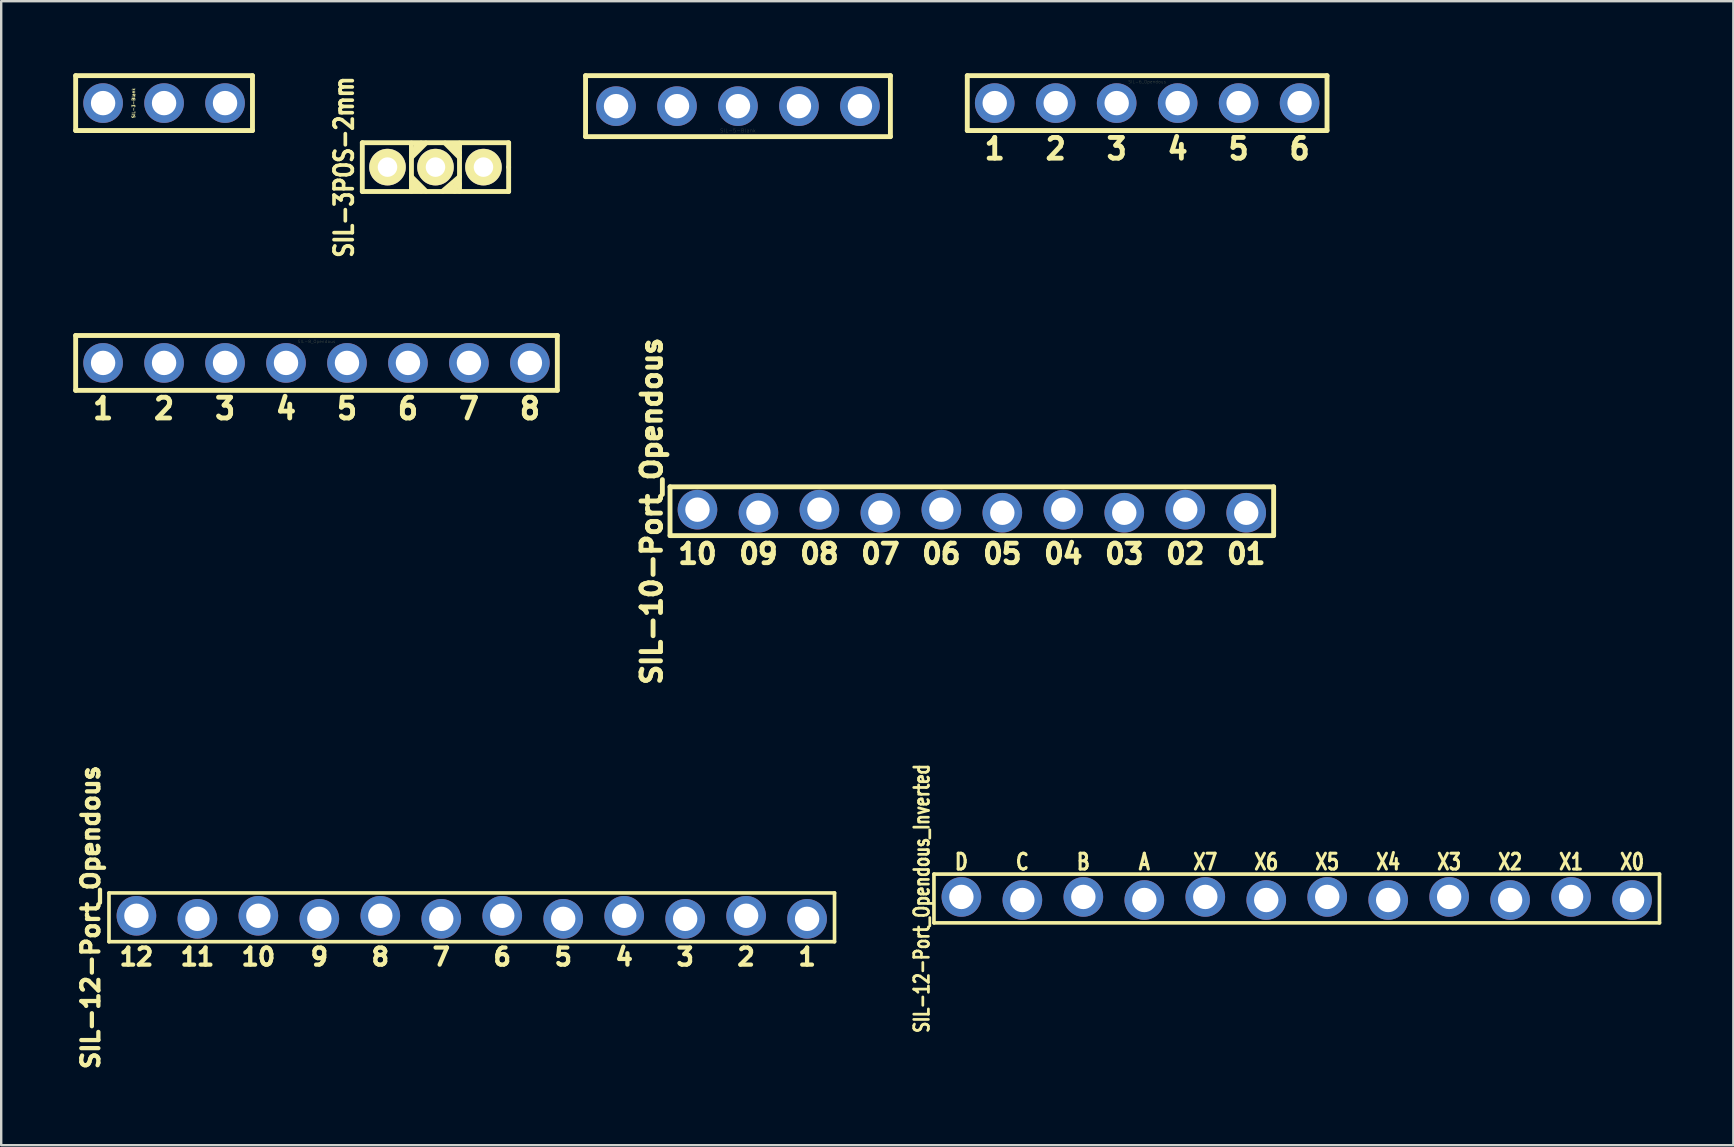
<source format=kicad_pcb>
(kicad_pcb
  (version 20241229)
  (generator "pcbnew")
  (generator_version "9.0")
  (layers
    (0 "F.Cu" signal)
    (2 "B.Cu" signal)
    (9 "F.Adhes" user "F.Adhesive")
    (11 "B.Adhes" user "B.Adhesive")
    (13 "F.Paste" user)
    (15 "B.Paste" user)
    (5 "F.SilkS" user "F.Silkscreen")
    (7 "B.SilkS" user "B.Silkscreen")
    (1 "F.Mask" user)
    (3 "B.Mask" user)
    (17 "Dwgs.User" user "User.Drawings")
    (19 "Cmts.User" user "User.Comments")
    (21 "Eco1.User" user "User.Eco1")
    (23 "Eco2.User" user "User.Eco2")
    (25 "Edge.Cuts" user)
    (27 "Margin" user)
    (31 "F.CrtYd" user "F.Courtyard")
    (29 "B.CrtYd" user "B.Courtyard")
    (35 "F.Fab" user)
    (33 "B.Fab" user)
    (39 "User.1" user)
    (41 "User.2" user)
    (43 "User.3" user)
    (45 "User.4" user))
  (footprint "SIL-6_Opendous"
    (layer "F.Cu")
    (at 44.74 1.245)
    (property "Reference" "SIL-6_Opendous" (at 0 -0.889 0) (layer "F.SilkS") (effects (font (size 0.127 0.127) (thickness 0.003))))
    (attr through_hole)
    (fp_line (start -7.493 -1.143) (end -7.493 1.143) (stroke (width 0.203) (type solid)) (layer "F.SilkS"))
    (fp_line (start -7.493 1.143) (end 7.493 1.143) (stroke (width 0.203) (type solid)) (layer "F.SilkS"))
    (fp_line (start 7.493 -1.143) (end -7.493 -1.143) (stroke (width 0.203) (type solid)) (layer "F.SilkS"))
    (fp_line (start 7.493 -1.143) (end 7.493 1.143) (stroke (width 0.203) (type solid)) (layer "F.SilkS"))
    (fp_text user "6" (at 6.35 1.905 0) (layer "F.SilkS") (effects (font (size 0.864 0.813) (thickness 0.203))))
    (fp_text user "1" (at -6.35 1.905 0) (layer "F.SilkS") (effects (font (size 0.864 0.813) (thickness 0.203))))
    (fp_text user "2" (at -3.81 1.905 0) (layer "F.SilkS") (effects (font (size 0.864 0.813) (thickness 0.203))))
    (fp_text user "3" (at -1.27 1.905 0) (layer "F.SilkS") (effects (font (size 0.864 0.813) (thickness 0.203))))
    (fp_text user "4" (at 1.27 1.905 0) (layer "F.SilkS") (effects (font (size 0.864 0.813) (thickness 0.203))))
    (fp_text user "5" (at 3.81 1.905 0) (layer "F.SilkS") (effects (font (size 0.864 0.813) (thickness 0.203))))
    (pad "1" thru_hole circle (at -6.35 0) (size 1.651 1.651) (drill 1.016) (layers "*.Cu" "*.Mask"))
    (pad "2" thru_hole circle (at -3.81 0) (size 1.651 1.651) (drill 1.016) (layers "*.Cu" "*.Mask"))
    (pad "3" thru_hole circle (at -1.27 0) (size 1.651 1.651) (drill 1.016) (layers "*.Cu" "*.Mask"))
    (pad "4" thru_hole circle (at 1.27 0) (size 1.651 1.651) (drill 1.016) (layers "*.Cu" "*.Mask"))
    (pad "5" thru_hole circle (at 3.81 0) (size 1.651 1.651) (drill 1.016) (layers "*.Cu" "*.Mask"))
    (pad "6" thru_hole circle (at 6.35 0) (size 1.651 1.651) (drill 1.016) (layers "*.Cu" "*.Mask")))
  (footprint "SIL-3-Blank"
    (layer "F.Cu")
    (at 3.785 1.245)
    (property "Reference" "SIL-3-Blank" (at -1.27 0 90) (layer "F.SilkS") (effects (font (size 0.127 0.127) (thickness 0.025))))
    (attr through_hole)
    (fp_line (start -3.683 1.143) (end -3.683 -1.143) (stroke (width 0.203) (type solid)) (layer "F.SilkS"))
    (fp_line (start -3.683 1.143) (end 3.683 1.143) (stroke (width 0.203) (type solid)) (layer "F.SilkS"))
    (fp_line (start 3.683 -1.143) (end -3.683 -1.143) (stroke (width 0.203) (type solid)) (layer "F.SilkS"))
    (fp_line (start 3.683 1.143) (end 3.683 -1.143) (stroke (width 0.203) (type solid)) (layer "F.SilkS"))
    (pad "1" thru_hole circle (at -2.54 0) (size 1.651 1.651) (drill 1.016) (layers "*.Cu" "*.Mask"))
    (pad "2" thru_hole circle (at 0 0) (size 1.651 1.651) (drill 1.016) (layers "*.Cu" "*.Mask"))
    (pad "3" thru_hole circle (at 2.54 0) (size 1.651 1.651) (drill 1.016) (layers "*.Cu" "*.Mask")))
  (footprint "SIL-3POS-2mm"
    (layer "F.Cu")
    (at 15.092 3.912)
    (property "Reference" "SIL-3POS-2mm" (at -3.81 0 90) (layer "F.SilkS") (effects (font (size 0.762 0.61) (thickness 0.203))))
    (attr through_hole)
    (fp_line (start -3.048 -1.016) (end -3.048 1.016) (stroke (width 0.203) (type solid)) (layer "F.SilkS"))
    (fp_line (start -3.048 1.016) (end 3.048 1.016) (stroke (width 0.203) (type solid)) (layer "F.SilkS"))
    (fp_line (start -1.001 -1.001) (end -1.001 1.001) (stroke (width 0.203) (type solid)) (layer "F.SilkS"))
    (fp_line (start -1.001 0.399) (end -0.399 1.001) (stroke (width 0.203) (type solid)) (layer "F.SilkS"))
    (fp_line (start -0.899 -0.599) (end -0.8 -0.899) (stroke (width 0.203) (type solid)) (layer "F.SilkS"))
    (fp_line (start -0.899 0.701) (end -0.899 0.899) (stroke (width 0.203) (type solid)) (layer "F.SilkS"))
    (fp_line (start -0.599 -1.001) (end -0.701 -0.8) (stroke (width 0.203) (type solid)) (layer "F.SilkS"))
    (fp_line (start -0.599 1.001) (end -0.899 0.701) (stroke (width 0.203) (type solid)) (layer "F.SilkS"))
    (fp_line (start -0.399 -1.001) (end -1.001 -0.399) (stroke (width 0.203) (type solid)) (layer "F.SilkS"))
    (fp_line (start 0.3 1.001) (end 1.001 0.399) (stroke (width 0.203) (type solid)) (layer "F.SilkS"))
    (fp_line (start 0.399 -1.001) (end 1.001 -0.399) (stroke (width 0.203) (type solid)) (layer "F.SilkS"))
    (fp_line (start 0.8 1.001) (end 0.899 0.599) (stroke (width 0.203) (type solid)) (layer "F.SilkS"))
    (fp_line (start 1.001 -1.001) (end 1.001 1.001) (stroke (width 0.203) (type solid)) (layer "F.SilkS"))
    (fp_line (start 1.001 -0.899) (end 0.8 -0.899) (stroke (width 0.203) (type solid)) (layer "F.SilkS"))
    (fp_line (start 1.001 -0.599) (end 0.701 -0.899) (stroke (width 0.203) (type solid)) (layer "F.SilkS"))
    (fp_line (start 1.001 0.701) (end 0.599 0.899) (stroke (width 0.203) (type solid)) (layer "F.SilkS"))
    (fp_line (start 3.048 -1.016) (end -3.048 -1.016) (stroke (width 0.203) (type solid)) (layer "F.SilkS"))
    (fp_line (start 3.048 0) (end 3.048 -1.016) (stroke (width 0.203) (type solid)) (layer "F.SilkS"))
    (fp_line (start 3.048 1.016) (end 3.048 0) (stroke (width 0.203) (type solid)) (layer "F.SilkS"))
    (pad "1" thru_hole circle (at -1.999 0) (size 1.524 1.524) (drill 0.813) (layers "*.Cu" "*.Mask" "F.SilkS"))
    (pad "2" thru_hole circle (at 0 0) (size 1.524 1.524) (drill 0.813) (layers "*.Cu" "*.Mask" "F.SilkS"))
    (pad "3" thru_hole circle (at 1.999 0) (size 1.524 1.524) (drill 0.813) (layers "*.Cu" "*.Mask" "F.SilkS")))
  (footprint "SIL-12-Port_Opendous_Inverted"
    (layer "F.Cu")
    (at 50.971 34.38)
    (property "Reference" "SIL-12-Port_Opendous_Inverted" (at -15.621 0 90) (layer "F.SilkS") (effects (font (size 0.61 0.457) (thickness 0.178))))
    (attr through_hole)
    (fp_line (start -15.113 -1.016) (end -15.113 1.016) (stroke (width 0.152) (type solid)) (layer "F.SilkS"))
    (fp_line (start -15.113 1.016) (end 15.113 1.016) (stroke (width 0.152) (type solid)) (layer "F.SilkS"))
    (fp_line (start 15.113 -1.016) (end -15.113 -1.016) (stroke (width 0.152) (type solid)) (layer "F.SilkS"))
    (fp_line (start 15.113 1.016) (end 15.113 -1.016) (stroke (width 0.152) (type solid)) (layer "F.SilkS"))
    (fp_text user "X5" (at 1.27 -1.524 0) (layer "F.SilkS") (effects (font (size 0.66 0.508) (thickness 0.178))))
    (fp_text user "D" (at -13.97 -1.524 0) (layer "F.SilkS") (effects (font (size 0.66 0.508) (thickness 0.178))))
    (fp_text user "X2" (at 8.89 -1.524 0) (layer "F.SilkS") (effects (font (size 0.66 0.508) (thickness 0.178))))
    (fp_text user "A" (at -6.35 -1.524 0) (layer "F.SilkS") (effects (font (size 0.66 0.508) (thickness 0.178))))
    (fp_text user "X1" (at 11.43 -1.524 0) (layer "F.SilkS") (effects (font (size 0.66 0.508) (thickness 0.178))))
    (fp_text user "X6" (at -1.27 -1.524 0) (layer "F.SilkS") (effects (font (size 0.66 0.508) (thickness 0.178))))
    (fp_text user "C" (at -11.43 -1.524 0) (layer "F.SilkS") (effects (font (size 0.66 0.508) (thickness 0.178))))
    (fp_text user "X4" (at 3.81 -1.524 0) (layer "F.SilkS") (effects (font (size 0.66 0.508) (thickness 0.178))))
    (fp_text user "X0" (at 13.97 -1.524 0) (layer "F.SilkS") (effects (font (size 0.66 0.508) (thickness 0.178))))
    (fp_text user "B" (at -8.89 -1.524 0) (layer "F.SilkS") (effects (font (size 0.66 0.508) (thickness 0.178))))
    (fp_text user "X3" (at 6.35 -1.524 0) (layer "F.SilkS") (effects (font (size 0.66 0.508) (thickness 0.178))))
    (fp_text user "X7" (at -3.81 -1.524 0) (layer "F.SilkS") (effects (font (size 0.66 0.508) (thickness 0.178))))
    (pad "1" thru_hole circle (at 13.97 0.064) (size 1.651 1.651) (drill 1.016) (layers "*.Cu" "*.Mask"))
    (pad "2" thru_hole circle (at 11.43 -0.064) (size 1.651 1.651) (drill 1.016) (layers "*.Cu" "*.Mask"))
    (pad "3" thru_hole circle (at 8.89 0.064) (size 1.651 1.651) (drill 1.016) (layers "*.Cu" "*.Mask"))
    (pad "4" thru_hole circle (at 6.35 -0.064) (size 1.651 1.651) (drill 1.016) (layers "*.Cu" "*.Mask"))
    (pad "5" thru_hole circle (at 3.81 0.064) (size 1.651 1.651) (drill 1.016) (layers "*.Cu" "*.Mask"))
    (pad "6" thru_hole circle (at 1.27 -0.064) (size 1.651 1.651) (drill 1.016) (layers "*.Cu" "*.Mask"))
    (pad "7" thru_hole circle (at -1.27 0.064) (size 1.651 1.651) (drill 1.016) (layers "*.Cu" "*.Mask"))
    (pad "8" thru_hole circle (at -3.81 -0.064) (size 1.651 1.651) (drill 1.016) (layers "*.Cu" "*.Mask"))
    (pad "9" thru_hole circle (at -6.35 0.064) (size 1.651 1.651) (drill 1.016) (layers "*.Cu" "*.Mask"))
    (pad "10" thru_hole circle (at -8.89 -0.064) (size 1.651 1.651) (drill 1.016) (layers "*.Cu" "*.Mask"))
    (pad "11" thru_hole circle (at -11.43 0.064) (size 1.651 1.651) (drill 1.016) (layers "*.Cu" "*.Mask"))
    (pad "12" thru_hole circle (at -13.97 -0.064) (size 1.651 1.651) (drill 1.016) (layers "*.Cu" "*.Mask")))
  (footprint "SIL-12-Port_Opendous"
    (layer "F.Cu")
    (at 16.603 35.165)
    (property "Reference" "SIL-12-Port_Opendous" (at -15.875 0 90) (layer "F.SilkS") (effects (font (size 0.711 0.711) (thickness 0.178))))
    (attr through_hole)
    (fp_line (start -15.113 -1.016) (end -15.113 1.016) (stroke (width 0.152) (type solid)) (layer "F.SilkS"))
    (fp_line (start -15.113 1.016) (end 15.113 1.016) (stroke (width 0.152) (type solid)) (layer "F.SilkS"))
    (fp_line (start 15.113 -1.016) (end -15.113 -1.016) (stroke (width 0.152) (type solid)) (layer "F.SilkS"))
    (fp_line (start 15.113 1.016) (end 15.113 -1.016) (stroke (width 0.152) (type solid)) (layer "F.SilkS"))
    (fp_text user "10" (at -8.89 1.651 0) (layer "F.SilkS") (effects (font (size 0.711 0.711) (thickness 0.178))))
    (fp_text user "2" (at 11.43 1.651 0) (layer "F.SilkS") (effects (font (size 0.711 0.711) (thickness 0.178))))
    (fp_text user "1" (at 13.97 1.651 0) (layer "F.SilkS") (effects (font (size 0.711 0.711) (thickness 0.178))))
    (fp_text user "8" (at -3.81 1.651 0) (layer "F.SilkS") (effects (font (size 0.711 0.711) (thickness 0.178))))
    (fp_text user "5" (at 3.81 1.651 0) (layer "F.SilkS") (effects (font (size 0.711 0.711) (thickness 0.178))))
    (fp_text user "7" (at -1.27 1.651 0) (layer "F.SilkS") (effects (font (size 0.711 0.711) (thickness 0.178))))
    (fp_text user "9" (at -6.35 1.651 0) (layer "F.SilkS") (effects (font (size 0.711 0.711) (thickness 0.178))))
    (fp_text user "4" (at 6.35 1.651 0) (layer "F.SilkS") (effects (font (size 0.711 0.711) (thickness 0.178))))
    (fp_text user "12" (at -13.97 1.651 0) (layer "F.SilkS") (effects (font (size 0.711 0.711) (thickness 0.178))))
    (fp_text user "11" (at -11.43 1.651 0) (layer "F.SilkS") (effects (font (size 0.711 0.711) (thickness 0.178))))
    (fp_text user "3" (at 8.89 1.651 0) (layer "F.SilkS") (effects (font (size 0.711 0.711) (thickness 0.178))))
    (fp_text user "6" (at 1.27 1.651 0) (layer "F.SilkS") (effects (font (size 0.711 0.711) (thickness 0.178))))
    (pad "1" thru_hole circle (at 13.97 0.064) (size 1.651 1.651) (drill 1.016) (layers "*.Cu" "*.Mask"))
    (pad "2" thru_hole circle (at 11.43 -0.064) (size 1.651 1.651) (drill 1.016) (layers "*.Cu" "*.Mask"))
    (pad "3" thru_hole circle (at 8.89 0.064) (size 1.651 1.651) (drill 1.016) (layers "*.Cu" "*.Mask"))
    (pad "4" thru_hole circle (at 6.35 -0.064) (size 1.651 1.651) (drill 1.016) (layers "*.Cu" "*.Mask"))
    (pad "5" thru_hole circle (at 3.81 0.064) (size 1.651 1.651) (drill 1.016) (layers "*.Cu" "*.Mask"))
    (pad "6" thru_hole circle (at 1.27 -0.064) (size 1.651 1.651) (drill 1.016) (layers "*.Cu" "*.Mask"))
    (pad "7" thru_hole circle (at -1.27 0.064) (size 1.651 1.651) (drill 1.016) (layers "*.Cu" "*.Mask"))
    (pad "8" thru_hole circle (at -3.81 -0.064) (size 1.651 1.651) (drill 1.016) (layers "*.Cu" "*.Mask"))
    (pad "9" thru_hole circle (at -6.35 0.064) (size 1.651 1.651) (drill 1.016) (layers "*.Cu" "*.Mask"))
    (pad "10" thru_hole circle (at -8.89 -0.064) (size 1.651 1.651) (drill 1.016) (layers "*.Cu" "*.Mask"))
    (pad "11" thru_hole circle (at -11.43 0.064) (size 1.651 1.651) (drill 1.016) (layers "*.Cu" "*.Mask"))
    (pad "12" thru_hole circle (at -13.97 -0.064) (size 1.651 1.651) (drill 1.016) (layers "*.Cu" "*.Mask")))
  (footprint "SIL-10-Port_Opendous"
    (layer "F.Cu")
    (at 37.436 18.247)
    (property "Reference" "SIL-10-Port_Opendous" (at -13.335 0 90) (layer "F.SilkS") (effects (font (size 0.813 0.813) (thickness 0.203))))
    (attr through_hole)
    (fp_line (start -12.573 -1.016) (end -12.573 1.016) (stroke (width 0.203) (type solid)) (layer "F.SilkS"))
    (fp_line (start -12.573 -1.016) (end 12.573 -1.016) (stroke (width 0.203) (type solid)) (layer "F.SilkS"))
    (fp_line (start -12.573 1.016) (end 12.573 1.016) (stroke (width 0.203) (type solid)) (layer "F.SilkS"))
    (fp_line (start 12.573 1.016) (end 12.573 -1.016) (stroke (width 0.203) (type solid)) (layer "F.SilkS"))
    (fp_text user "04" (at 3.81 1.778 0) (layer "F.SilkS") (effects (font (size 0.813 0.813) (thickness 0.203))))
    (fp_text user "02" (at 8.89 1.778 0) (layer "F.SilkS") (effects (font (size 0.813 0.813) (thickness 0.203))))
    (fp_text user "01" (at 11.43 1.778 0) (layer "F.SilkS") (effects (font (size 0.813 0.813) (thickness 0.203))))
    (fp_text user "05" (at 1.27 1.778 0) (layer "F.SilkS") (effects (font (size 0.813 0.813) (thickness 0.203))))
    (fp_text user "03" (at 6.35 1.778 0) (layer "F.SilkS") (effects (font (size 0.813 0.813) (thickness 0.203))))
    (fp_text user "09" (at -8.89 1.778 0) (layer "F.SilkS") (effects (font (size 0.813 0.813) (thickness 0.203))))
    (fp_text user "06" (at -1.27 1.778 0) (layer "F.SilkS") (effects (font (size 0.813 0.813) (thickness 0.203))))
    (fp_text user "07" (at -3.81 1.778 0) (layer "F.SilkS") (effects (font (size 0.813 0.813) (thickness 0.203))))
    (fp_text user "10" (at -11.43 1.778 0) (layer "F.SilkS") (effects (font (size 0.813 0.813) (thickness 0.203))))
    (fp_text user "08" (at -6.35 1.778 0) (layer "F.SilkS") (effects (font (size 0.813 0.813) (thickness 0.203))))
    (pad "1" thru_hole circle (at 11.43 0.064) (size 1.651 1.651) (drill 1.016) (layers "*.Cu" "*.Mask"))
    (pad "2" thru_hole circle (at 8.89 -0.064) (size 1.651 1.651) (drill 1.016) (layers "*.Cu" "*.Mask"))
    (pad "3" thru_hole circle (at 6.35 0.064) (size 1.651 1.651) (drill 1.016) (layers "*.Cu" "*.Mask"))
    (pad "4" thru_hole circle (at 3.81 -0.064) (size 1.651 1.651) (drill 1.016) (layers "*.Cu" "*.Mask"))
    (pad "5" thru_hole circle (at 1.27 0.064) (size 1.651 1.651) (drill 1.016) (layers "*.Cu" "*.Mask"))
    (pad "6" thru_hole circle (at -1.27 -0.064) (size 1.651 1.651) (drill 1.016) (layers "*.Cu" "*.Mask"))
    (pad "7" thru_hole circle (at -3.81 0.064) (size 1.651 1.651) (drill 1.016) (layers "*.Cu" "*.Mask"))
    (pad "8" thru_hole circle (at -6.35 -0.064) (size 1.651 1.651) (drill 1.016) (layers "*.Cu" "*.Mask"))
    (pad "9" thru_hole circle (at -8.89 0.064) (size 1.651 1.651) (drill 1.016) (layers "*.Cu" "*.Mask"))
    (pad "10" thru_hole circle (at -11.43 -0.064) (size 1.651 1.651) (drill 1.016) (layers "*.Cu" "*.Mask")))
  (footprint "SIL-5-Blank"
    (layer "F.Cu")
    (at 27.694 1.372)
    (property "Reference" "SIL-5-Blank" (at 0 1.016 0) (layer "F.SilkS") (effects (font (size 0.152 0.152) (thickness 0.003))))
    (attr through_hole)
    (fp_line (start -6.35 -1.27) (end -6.35 1.27) (stroke (width 0.203) (type solid)) (layer "F.SilkS"))
    (fp_line (start -6.35 1.27) (end 6.35 1.27) (stroke (width 0.203) (type solid)) (layer "F.SilkS"))
    (fp_line (start 6.35 -1.27) (end -6.35 -1.27) (stroke (width 0.203) (type solid)) (layer "F.SilkS"))
    (fp_line (start 6.35 1.27) (end 6.35 -1.27) (stroke (width 0.203) (type solid)) (layer "F.SilkS"))
    (pad "1" thru_hole circle (at -5.08 0) (size 1.651 1.651) (drill 1.016) (layers "*.Cu" "*.Mask"))
    (pad "2" thru_hole circle (at -2.54 0) (size 1.651 1.651) (drill 1.016) (layers "*.Cu" "*.Mask"))
    (pad "3" thru_hole circle (at 0 0) (size 1.651 1.651) (drill 1.016) (layers "*.Cu" "*.Mask"))
    (pad "4" thru_hole circle (at 2.54 0) (size 1.651 1.651) (drill 1.016) (layers "*.Cu" "*.Mask"))
    (pad "5" thru_hole circle (at 5.08 0) (size 1.651 1.651) (drill 1.016) (layers "*.Cu" "*.Mask")))
  (footprint "SIL-8_Opendous"
    (layer "F.Cu")
    (at 10.135 12.069)
    (property "Reference" "SIL-8_Opendous" (at 0 -0.889 0) (layer "F.SilkS") (effects (font (size 0.127 0.127) (thickness 0.003))))
    (attr through_hole)
    (fp_line (start -10.033 -1.143) (end -10.033 1.143) (stroke (width 0.203) (type solid)) (layer "F.SilkS"))
    (fp_line (start -10.033 1.143) (end 10.033 1.143) (stroke (width 0.203) (type solid)) (layer "F.SilkS"))
    (fp_line (start 10.033 -1.143) (end -10.033 -1.143) (stroke (width 0.203) (type solid)) (layer "F.SilkS"))
    (fp_line (start 10.033 1.143) (end 10.033 -1.143) (stroke (width 0.203) (type solid)) (layer "F.SilkS"))
    (fp_text user "5" (at 1.27 1.905 0) (layer "F.SilkS") (effects (font (size 0.864 0.813) (thickness 0.203))))
    (fp_text user "2" (at -6.35 1.905 0) (layer "F.SilkS") (effects (font (size 0.864 0.813) (thickness 0.203))))
    (fp_text user "7" (at 6.35 1.905 0) (layer "F.SilkS") (effects (font (size 0.864 0.813) (thickness 0.203))))
    (fp_text user "8" (at 8.89 1.905 0) (layer "F.SilkS") (effects (font (size 0.864 0.813) (thickness 0.203))))
    (fp_text user "4" (at -1.27 1.905 0) (layer "F.SilkS") (effects (font (size 0.864 0.813) (thickness 0.203))))
    (fp_text user "1" (at -8.89 1.905 0) (layer "F.SilkS") (effects (font (size 0.864 0.813) (thickness 0.203))))
    (fp_text user "6" (at 3.81 1.905 0) (layer "F.SilkS") (effects (font (size 0.864 0.813) (thickness 0.203))))
    (fp_text user "3" (at -3.81 1.905 0) (layer "F.SilkS") (effects (font (size 0.864 0.813) (thickness 0.203))))
    (pad "1" thru_hole circle (at -8.89 0) (size 1.651 1.651) (drill 1.016) (layers "*.Cu" "*.Mask"))
    (pad "2" thru_hole circle (at -6.35 0) (size 1.651 1.651) (drill 1.016) (layers "*.Cu" "*.Mask"))
    (pad "3" thru_hole circle (at -3.81 0) (size 1.651 1.651) (drill 1.016) (layers "*.Cu" "*.Mask"))
    (pad "4" thru_hole circle (at -1.27 0) (size 1.651 1.651) (drill 1.016) (layers "*.Cu" "*.Mask"))
    (pad "5" thru_hole circle (at 1.27 0) (size 1.651 1.651) (drill 1.016) (layers "*.Cu" "*.Mask"))
    (pad "6" thru_hole circle (at 3.81 0) (size 1.651 1.651) (drill 1.016) (layers "*.Cu" "*.Mask"))
    (pad "7" thru_hole circle (at 6.35 0) (size 1.651 1.651) (drill 1.016) (layers "*.Cu" "*.Mask"))
    (pad "8" thru_hole circle (at 8.89 0) (size 1.651 1.651) (drill 1.016) (layers "*.Cu" "*.Mask")))
  (gr_rect
    (start -3 -3)
    (end 69.16 44.659)
    (stroke (width 0.1) (type default))
    (fill no)
    (layer "Edge.Cuts")))
</source>
